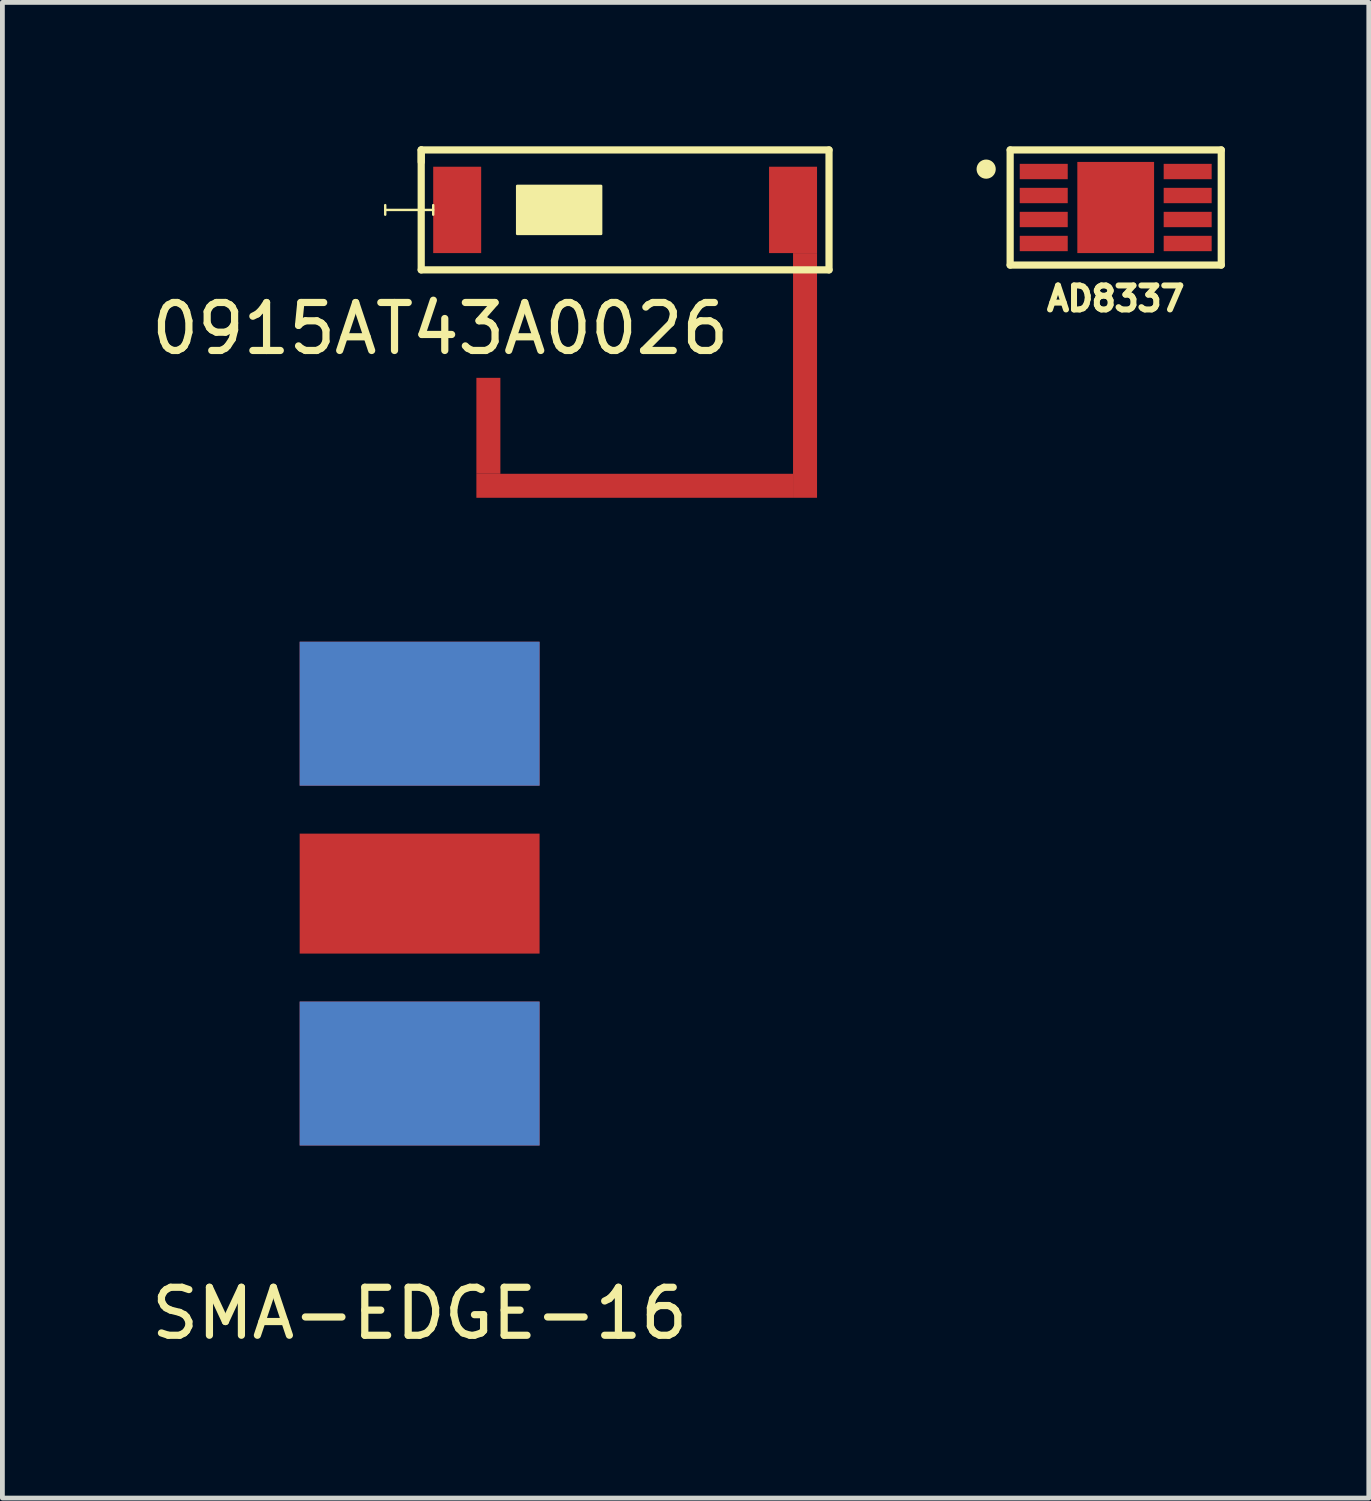
<source format=kicad_pcb>
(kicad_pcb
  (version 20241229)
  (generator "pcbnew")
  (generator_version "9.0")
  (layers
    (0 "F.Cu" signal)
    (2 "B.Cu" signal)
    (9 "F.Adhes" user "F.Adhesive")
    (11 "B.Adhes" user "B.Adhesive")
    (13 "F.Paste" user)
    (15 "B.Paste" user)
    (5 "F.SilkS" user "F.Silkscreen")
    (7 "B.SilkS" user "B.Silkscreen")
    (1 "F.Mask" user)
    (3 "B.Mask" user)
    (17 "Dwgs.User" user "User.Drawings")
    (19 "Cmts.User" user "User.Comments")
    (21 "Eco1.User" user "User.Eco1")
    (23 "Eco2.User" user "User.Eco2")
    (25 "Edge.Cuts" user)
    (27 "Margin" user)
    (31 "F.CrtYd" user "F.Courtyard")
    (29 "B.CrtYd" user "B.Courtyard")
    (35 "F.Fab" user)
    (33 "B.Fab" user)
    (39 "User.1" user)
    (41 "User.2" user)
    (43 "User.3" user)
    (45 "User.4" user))
  (footprint "0915AT43A0026"
    (layer "F.Cu")
    (at 6.479 1.325)
    (property "Reference" "0915AT43A0026" (at -0.354 2.475 0) (layer "F.SilkS") (effects (font (size 1 1) (thickness 0.15))))
    (attr through_hole)
    (fp_poly (pts (xy 0.4 3.5) (xy 0.4 5.5) (xy 0.9 5.5) (xy 0.9 3.5)) (stroke (width 0.00001) (type solid)) (fill yes) (layer "F.Cu"))
    (fp_poly (pts (xy 7 0.9) (xy 7.5 0.9) (xy 7.5 6) (xy 7 6)) (stroke (width 0.00001) (type solid)) (fill yes) (layer "F.Cu"))
    (fp_poly (pts (xy 7 6) (xy 7 5.5) (xy 0.4 5.5) (xy 0.4 6)) (stroke (width 0.00001) (type solid)) (fill yes) (layer "F.Cu"))
    (fp_line (start -1.5 -0.1) (end -1.5 0.1) (stroke (width 0.05) (type solid)) (layer "F.SilkS"))
    (fp_line (start -0.75 -1.25) (end -0.75 -1) (stroke (width 0.15) (type solid)) (layer "F.SilkS"))
    (fp_line (start -0.75 -1.25) (end 7.75 -1.25) (stroke (width 0.15) (type solid)) (layer "F.SilkS"))
    (fp_line (start -0.75 1.25) (end -0.75 -1.25) (stroke (width 0.15) (type solid)) (layer "F.SilkS"))
    (fp_line (start -0.5 -0.1) (end -0.5 0.1) (stroke (width 0.05) (type solid)) (layer "F.SilkS"))
    (fp_line (start -0.5 0) (end -1.5 0) (stroke (width 0.05) (type solid)) (layer "F.SilkS"))
    (fp_line (start 7.75 -1.25) (end 7.75 1.25) (stroke (width 0.15) (type solid)) (layer "F.SilkS"))
    (fp_line (start 7.75 1.25) (end -0.75 1.25) (stroke (width 0.15) (type solid)) (layer "F.SilkS"))
    (fp_poly (pts (xy 1.25 -0.5) (xy 1.25 0.5) (xy 3 0.5) (xy 3 -0.5)) (stroke (width 0.051) (type solid)) (fill yes) (layer "F.SilkS"))
    (pad "1" smd rect (at 0 0) (size 1 1.8) (layers "F.Cu" "F.Mask" "F.Paste"))
    (pad "2" smd rect (at 7 0) (size 1 1.8) (layers "F.Cu" "F.Mask" "F.Paste")))
  (footprint "AD8337"
    (layer "F.Cu")
    (at 20.204 1.275)
    (property "Reference" "AD8337" (at 0 1.9 0) (layer "F.SilkS") (effects (font (size 0.5 0.5) (thickness 0.125))))
    (attr through_hole)
    (fp_poly (pts (xy -0.8 -0.95) (xy 0.8 -0.95) (xy 0.8 0.95) (xy -0.8 0.95)) (stroke (width 0) (type solid)) (fill yes) (layer "F.Cu"))
    (fp_line (start -2.2 -1.2) (end 2.2 -1.2) (stroke (width 0.15) (type solid)) (layer "F.SilkS"))
    (fp_line (start -2.2 1.2) (end -2.2 -1.2) (stroke (width 0.15) (type solid)) (layer "F.SilkS"))
    (fp_line (start 2.2 -1.2) (end 2.2 1.2) (stroke (width 0.15) (type solid)) (layer "F.SilkS"))
    (fp_line (start 2.2 1.2) (end -2.2 1.2) (stroke (width 0.15) (type solid)) (layer "F.SilkS"))
    (fp_circle (center -2.7 -0.8) (end -2.6 -0.8) (stroke (width 0.2) (type solid)) (fill no) (layer "F.SilkS"))
    (pad "1" smd rect (at -1.5 -0.75) (size 1 0.32) (layers "F.Cu" "F.Mask" "F.Paste"))
    (pad "2" smd rect (at -1.5 -0.25) (size 1 0.32) (layers "F.Cu" "F.Mask" "F.Paste"))
    (pad "3" smd rect (at -1.5 0.25) (size 1 0.32) (layers "F.Cu" "F.Mask" "F.Paste"))
    (pad "4" smd rect (at -1.5 0.75) (size 1 0.32) (layers "F.Cu" "F.Mask" "F.Paste"))
    (pad "5" smd rect (at 1.5 0.75) (size 1 0.32) (layers "F.Cu" "F.Mask" "F.Paste"))
    (pad "6" smd rect (at 1.5 0.25) (size 1 0.32) (layers "F.Cu" "F.Mask" "F.Paste"))
    (pad "7" smd rect (at 1.5 -0.25) (size 1 0.32) (layers "F.Cu" "F.Mask" "F.Paste"))
    (pad "8" smd rect (at 1.5 -0.75) (size 1 0.32) (layers "F.Cu" "F.Mask" "F.Paste")))
  (footprint "SMA-EDGE-16"
    (layer "F.Cu")
    (at 5.696 20.825)
    (property "Reference" "SMA-EDGE-16" (at 0 3.5 0) (layer "F.SilkS") (effects (font (size 1 1) (thickness 0.15))))
    (attr through_hole)
    (pad "1" smd rect (at 0 -1.5) (size 5 3) (layers "F.Cu" "F.Mask" "F.Paste"))
    (pad "2" smd rect (at 0 -7.5) (size 5 3) (drill (offset 0 -1.5)) (layers "F.Cu" "F.Mask" "F.Paste"))
    (pad "3" smd rect (at 0 0) (size 5 3) (drill (offset 0 -1.5)) (layers "B.Cu" "B.Mask" "B.Paste"))
    (pad "4" smd rect (at 0 -7.5) (size 5 3) (drill (offset 0 -1.5)) (layers "B.Cu" "B.Mask" "B.Paste"))
    (pad "5" smd rect (at 0 -4) (size 5 2.5) (drill (offset 0 -1.25)) (layers "F.Cu" "F.Mask" "F.Paste")))
  (gr_rect
    (start -3 -3)
    (end 25.479 28.173)
    (stroke (width 0.1) (type default))
    (fill no)
    (layer "Edge.Cuts")))
</source>
